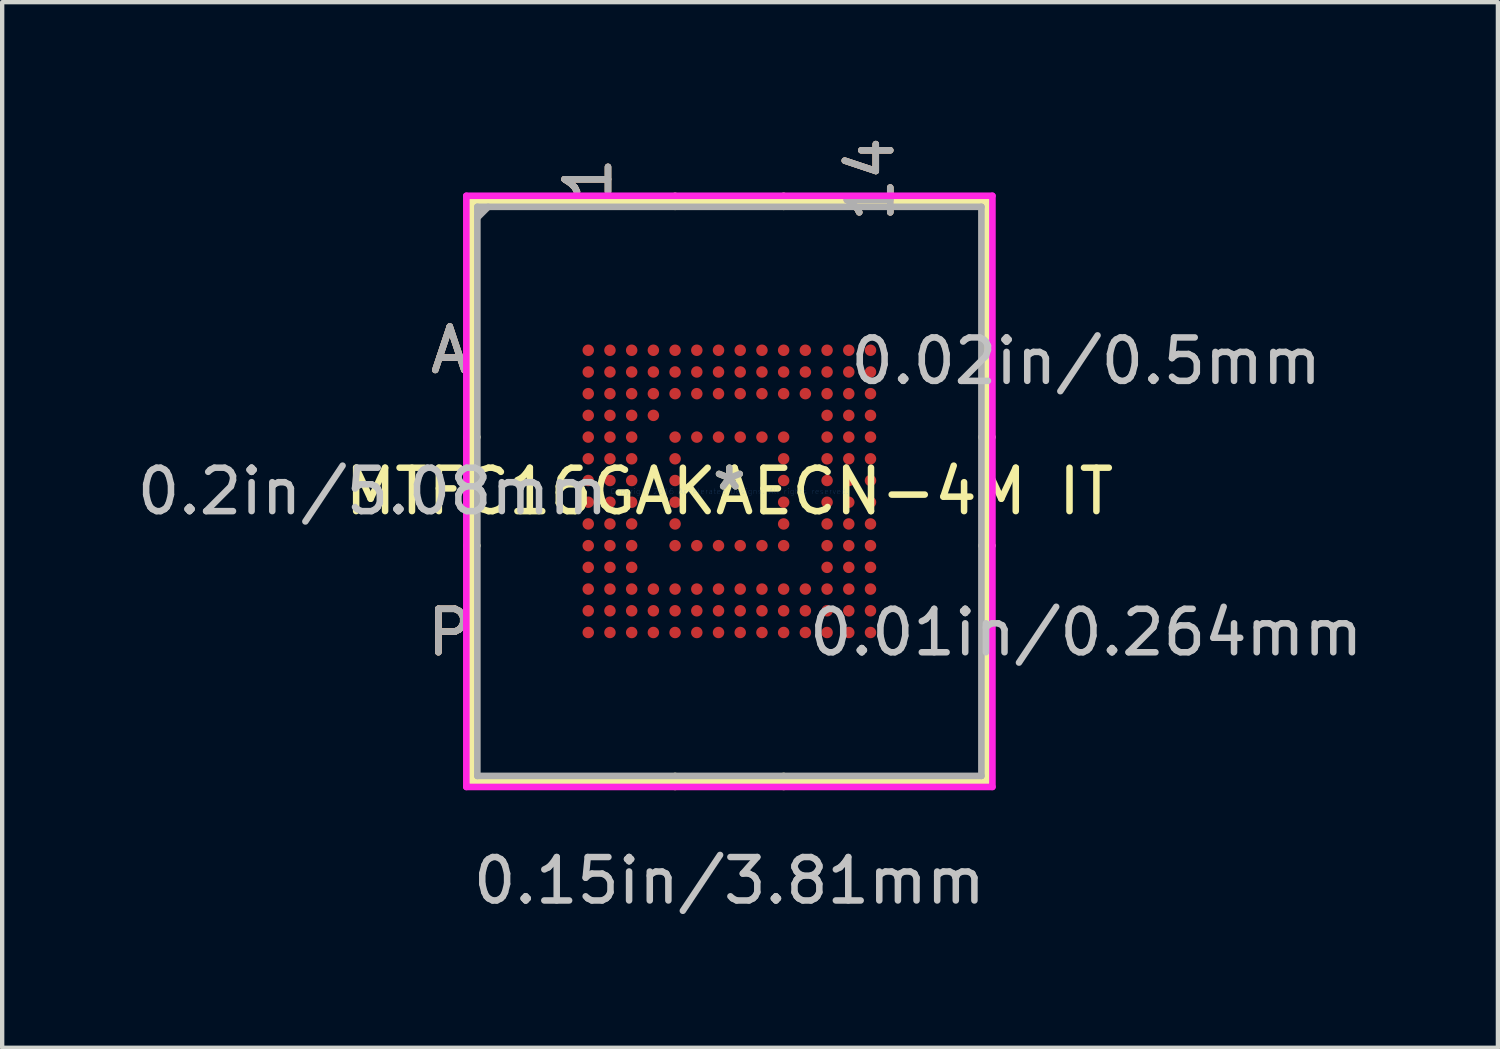
<source format=kicad_pcb>
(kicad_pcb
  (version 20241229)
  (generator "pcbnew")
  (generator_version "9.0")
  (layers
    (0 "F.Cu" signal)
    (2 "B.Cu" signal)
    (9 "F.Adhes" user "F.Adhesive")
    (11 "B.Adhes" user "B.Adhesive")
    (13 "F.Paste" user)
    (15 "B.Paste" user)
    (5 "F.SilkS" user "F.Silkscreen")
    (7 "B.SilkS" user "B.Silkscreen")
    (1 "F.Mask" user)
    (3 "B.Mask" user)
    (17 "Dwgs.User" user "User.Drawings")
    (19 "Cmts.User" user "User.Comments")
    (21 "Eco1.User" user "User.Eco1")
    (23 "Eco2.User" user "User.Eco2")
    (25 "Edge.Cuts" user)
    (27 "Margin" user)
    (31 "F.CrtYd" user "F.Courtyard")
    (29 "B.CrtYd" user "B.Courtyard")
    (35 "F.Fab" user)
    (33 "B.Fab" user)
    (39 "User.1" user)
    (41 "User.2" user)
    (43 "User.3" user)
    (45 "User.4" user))
  (footprint "MTFC16GAKAECN-4M IT"
    (layer "F.Cu")
    (at 13.747 8.266)
    (property "Reference" "MTFC16GAKAECN-4M IT" (at 0 0 0) (layer "F.SilkS") (effects (font (size 1 1) (thickness 0.15))))
    (attr through_hole)
    (fp_line (start -5.931 -6.68) (end -5.931 6.68) (stroke (width 0.152) (type solid)) (layer "F.SilkS"))
    (fp_line (start -5.931 6.68) (end 5.931 6.68) (stroke (width 0.152) (type solid)) (layer "F.SilkS"))
    (fp_line (start -5.804 -1.25) (end -6.058 -1.25) (stroke (width 0.152) (type solid)) (layer "F.SilkS"))
    (fp_line (start -5.804 1.25) (end -6.058 1.25) (stroke (width 0.152) (type solid)) (layer "F.SilkS"))
    (fp_line (start -1.25 -6.553) (end -1.25 -6.807) (stroke (width 0.152) (type solid)) (layer "F.SilkS"))
    (fp_line (start -1.25 6.553) (end -1.25 6.807) (stroke (width 0.152) (type solid)) (layer "F.SilkS"))
    (fp_line (start 1.25 -6.553) (end 1.25 -6.807) (stroke (width 0.152) (type solid)) (layer "F.SilkS"))
    (fp_line (start 1.25 6.553) (end 1.25 6.807) (stroke (width 0.152) (type solid)) (layer "F.SilkS"))
    (fp_line (start 5.804 -1.25) (end 6.058 -1.25) (stroke (width 0.152) (type solid)) (layer "F.SilkS"))
    (fp_line (start 5.804 1.25) (end 6.058 1.25) (stroke (width 0.152) (type solid)) (layer "F.SilkS"))
    (fp_line (start 5.931 -6.68) (end -5.931 -6.68) (stroke (width 0.152) (type solid)) (layer "F.SilkS"))
    (fp_line (start 5.931 6.68) (end 5.931 -6.68) (stroke (width 0.152) (type solid)) (layer "F.SilkS"))
    (fp_line (start -6.058 -6.807) (end 6.058 -6.807) (stroke (width 0.152) (type solid)) (layer "F.CrtYd"))
    (fp_line (start -6.058 6.807) (end -6.058 -6.807) (stroke (width 0.152) (type solid)) (layer "F.CrtYd"))
    (fp_line (start 6.058 -6.807) (end 6.058 6.807) (stroke (width 0.152) (type solid)) (layer "F.CrtYd"))
    (fp_line (start 6.058 6.807) (end -6.058 6.807) (stroke (width 0.152) (type solid)) (layer "F.CrtYd"))
    (fp_line (start -5.804 -6.553) (end -5.804 6.553) (stroke (width 0.152) (type solid)) (layer "F.Fab"))
    (fp_line (start -5.804 6.553) (end 5.804 6.553) (stroke (width 0.152) (type solid)) (layer "F.Fab"))
    (fp_line (start -5.554 -6.553) (end -5.804 -6.303) (stroke (width 0.152) (type solid)) (layer "F.Fab"))
    (fp_line (start 5.804 -6.553) (end -5.804 -6.553) (stroke (width 0.152) (type solid)) (layer "F.Fab"))
    (fp_line (start 5.804 6.553) (end 5.804 -6.553) (stroke (width 0.152) (type solid)) (layer "F.Fab"))
    (fp_text user "A" (at -6.439 -3.25 0) (layer "F.SilkS") (effects (font (size 1 1) (thickness 0.15))))
    (fp_text user "*" (at 0 0 0) (layer "F.SilkS") (effects (font (size 1 1) (thickness 0.15))))
    (fp_text user "14" (at 3.25 -7.188 90) (layer "F.SilkS") (effects (font (size 1 1) (thickness 0.15))))
    (fp_text user "1" (at -3.25 -7.188 90) (layer "F.SilkS") (effects (font (size 1 1) (thickness 0.15))))
    (fp_text user "P" (at -6.439 3.25 0) (layer "F.SilkS") (effects (font (size 1 1) (thickness 0.15))))
    (fp_text user "1" (at -3.25 -7.188 90) (layer "B.SilkS") (effects (font (size 1 1) (thickness 0.15))))
    (fp_text user "P" (at -6.439 3.25 0) (layer "B.SilkS") (effects (font (size 1 1) (thickness 0.15))))
    (fp_text user "A" (at -6.439 -3.25 0) (layer "B.SilkS") (effects (font (size 1 1) (thickness 0.15))))
    (fp_text user "14" (at 3.25 -7.188 90) (layer "B.SilkS") (effects (font (size 1 1) (thickness 0.15))))
    (fp_text user "0.02in/0.5mm" (at 8.217 -3 0) (layer "Dwgs.User") (effects (font (size 1 1) (thickness 0.15))))
    (fp_text user "0.2in/5.08mm" (at -8.217 0 0) (layer "Dwgs.User") (effects (font (size 1 1) (thickness 0.15))))
    (fp_text user "0.01in/0.264mm" (at 8.217 3.25 0) (layer "Dwgs.User") (effects (font (size 1 1) (thickness 0.15))))
    (fp_text user "0.15in/3.81mm" (at 0 8.966 0) (layer "Dwgs.User") (effects (font (size 1 1) (thickness 0.15))))
    (fp_text user "Copyright 2016 Accelerated Designs. All rights reserved." (at 0 0 0) (layer "Cmts.User") (effects (font (size 0.127 0.127) (thickness 0.002))))
    (fp_text user "14" (at 3.25 -7.188 90) (layer "F.Fab") (effects (font (size 1 1) (thickness 0.15))))
    (fp_text user "A" (at -6.439 -3.25 0) (layer "F.Fab") (effects (font (size 1 1) (thickness 0.15))))
    (fp_text user "1" (at -3.25 -7.188 90) (layer "F.Fab") (effects (font (size 1 1) (thickness 0.15))))
    (fp_text user "*" (at 0 0 0) (layer "F.Fab") (effects (font (size 1 1) (thickness 0.15))))
    (fp_text user "P" (at -6.439 3.25 0) (layer "F.Fab") (effects (font (size 1 1) (thickness 0.15))))
    (pad "A1" smd circle (at -3.25 -3.25) (size 0.264 0.264) (layers "F.Cu" "F.Mask" "F.Paste"))
    (pad "A2" smd circle (at -2.75 -3.25) (size 0.264 0.264) (layers "F.Cu" "F.Mask" "F.Paste"))
    (pad "A3" smd circle (at -2.25 -3.25) (size 0.264 0.264) (layers "F.Cu" "F.Mask" "F.Paste"))
    (pad "A4" smd circle (at -1.75 -3.25) (size 0.264 0.264) (layers "F.Cu" "F.Mask" "F.Paste"))
    (pad "A5" smd circle (at -1.25 -3.25) (size 0.264 0.264) (layers "F.Cu" "F.Mask" "F.Paste"))
    (pad "A6" smd circle (at -0.75 -3.25) (size 0.264 0.264) (layers "F.Cu" "F.Mask" "F.Paste"))
    (pad "A7" smd circle (at -0.25 -3.25) (size 0.264 0.264) (layers "F.Cu" "F.Mask" "F.Paste"))
    (pad "A8" smd circle (at 0.25 -3.25) (size 0.264 0.264) (layers "F.Cu" "F.Mask" "F.Paste"))
    (pad "A9" smd circle (at 0.75 -3.25) (size 0.264 0.264) (layers "F.Cu" "F.Mask" "F.Paste"))
    (pad "A10" smd circle (at 1.25 -3.25) (size 0.264 0.264) (layers "F.Cu" "F.Mask" "F.Paste"))
    (pad "A11" smd circle (at 1.75 -3.25) (size 0.264 0.264) (layers "F.Cu" "F.Mask" "F.Paste"))
    (pad "A12" smd circle (at 2.25 -3.25) (size 0.264 0.264) (layers "F.Cu" "F.Mask" "F.Paste"))
    (pad "A13" smd circle (at 2.75 -3.25) (size 0.264 0.264) (layers "F.Cu" "F.Mask" "F.Paste"))
    (pad "A14" smd circle (at 3.25 -3.25) (size 0.264 0.264) (layers "F.Cu" "F.Mask" "F.Paste"))
    (pad "B1" smd circle (at -3.25 -2.75) (size 0.264 0.264) (layers "F.Cu" "F.Mask" "F.Paste"))
    (pad "B2" smd circle (at -2.75 -2.75) (size 0.264 0.264) (layers "F.Cu" "F.Mask" "F.Paste"))
    (pad "B3" smd circle (at -2.25 -2.75) (size 0.264 0.264) (layers "F.Cu" "F.Mask" "F.Paste"))
    (pad "B4" smd circle (at -1.75 -2.75) (size 0.264 0.264) (layers "F.Cu" "F.Mask" "F.Paste"))
    (pad "B5" smd circle (at -1.25 -2.75) (size 0.264 0.264) (layers "F.Cu" "F.Mask" "F.Paste"))
    (pad "B6" smd circle (at -0.75 -2.75) (size 0.264 0.264) (layers "F.Cu" "F.Mask" "F.Paste"))
    (pad "B7" smd circle (at -0.25 -2.75) (size 0.264 0.264) (layers "F.Cu" "F.Mask" "F.Paste"))
    (pad "B8" smd circle (at 0.25 -2.75) (size 0.264 0.264) (layers "F.Cu" "F.Mask" "F.Paste"))
    (pad "B9" smd circle (at 0.75 -2.75) (size 0.264 0.264) (layers "F.Cu" "F.Mask" "F.Paste"))
    (pad "B10" smd circle (at 1.25 -2.75) (size 0.264 0.264) (layers "F.Cu" "F.Mask" "F.Paste"))
    (pad "B11" smd circle (at 1.75 -2.75) (size 0.264 0.264) (layers "F.Cu" "F.Mask" "F.Paste"))
    (pad "B12" smd circle (at 2.25 -2.75) (size 0.264 0.264) (layers "F.Cu" "F.Mask" "F.Paste"))
    (pad "B13" smd circle (at 2.75 -2.75) (size 0.264 0.264) (layers "F.Cu" "F.Mask" "F.Paste"))
    (pad "B14" smd circle (at 3.25 -2.75) (size 0.264 0.264) (layers "F.Cu" "F.Mask" "F.Paste"))
    (pad "C1" smd circle (at -3.25 -2.25) (size 0.264 0.264) (layers "F.Cu" "F.Mask" "F.Paste"))
    (pad "C2" smd circle (at -2.75 -2.25) (size 0.264 0.264) (layers "F.Cu" "F.Mask" "F.Paste"))
    (pad "C3" smd circle (at -2.25 -2.25) (size 0.264 0.264) (layers "F.Cu" "F.Mask" "F.Paste"))
    (pad "C4" smd circle (at -1.75 -2.25) (size 0.264 0.264) (layers "F.Cu" "F.Mask" "F.Paste"))
    (pad "C5" smd circle (at -1.25 -2.25) (size 0.264 0.264) (layers "F.Cu" "F.Mask" "F.Paste"))
    (pad "C6" smd circle (at -0.75 -2.25) (size 0.264 0.264) (layers "F.Cu" "F.Mask" "F.Paste"))
    (pad "C7" smd circle (at -0.25 -2.25) (size 0.264 0.264) (layers "F.Cu" "F.Mask" "F.Paste"))
    (pad "C8" smd circle (at 0.25 -2.25) (size 0.264 0.264) (layers "F.Cu" "F.Mask" "F.Paste"))
    (pad "C9" smd circle (at 0.75 -2.25) (size 0.264 0.264) (layers "F.Cu" "F.Mask" "F.Paste"))
    (pad "C10" smd circle (at 1.25 -2.25) (size 0.264 0.264) (layers "F.Cu" "F.Mask" "F.Paste"))
    (pad "C11" smd circle (at 1.75 -2.25) (size 0.264 0.264) (layers "F.Cu" "F.Mask" "F.Paste"))
    (pad "C12" smd circle (at 2.25 -2.25) (size 0.264 0.264) (layers "F.Cu" "F.Mask" "F.Paste"))
    (pad "C13" smd circle (at 2.75 -2.25) (size 0.264 0.264) (layers "F.Cu" "F.Mask" "F.Paste"))
    (pad "C14" smd circle (at 3.25 -2.25) (size 0.264 0.264) (layers "F.Cu" "F.Mask" "F.Paste"))
    (pad "D1" smd circle (at -3.25 -1.75) (size 0.264 0.264) (layers "F.Cu" "F.Mask" "F.Paste"))
    (pad "D2" smd circle (at -2.75 -1.75) (size 0.264 0.264) (layers "F.Cu" "F.Mask" "F.Paste"))
    (pad "D3" smd circle (at -2.25 -1.75) (size 0.264 0.264) (layers "F.Cu" "F.Mask" "F.Paste"))
    (pad "D4" smd circle (at -1.75 -1.75) (size 0.264 0.264) (layers "F.Cu" "F.Mask" "F.Paste"))
    (pad "D12" smd circle (at 2.25 -1.75) (size 0.264 0.264) (layers "F.Cu" "F.Mask" "F.Paste"))
    (pad "D13" smd circle (at 2.75 -1.75) (size 0.264 0.264) (layers "F.Cu" "F.Mask" "F.Paste"))
    (pad "D14" smd circle (at 3.25 -1.75) (size 0.264 0.264) (layers "F.Cu" "F.Mask" "F.Paste"))
    (pad "E1" smd circle (at -3.25 -1.25) (size 0.264 0.264) (layers "F.Cu" "F.Mask" "F.Paste"))
    (pad "E2" smd circle (at -2.75 -1.25) (size 0.264 0.264) (layers "F.Cu" "F.Mask" "F.Paste"))
    (pad "E3" smd circle (at -2.25 -1.25) (size 0.264 0.264) (layers "F.Cu" "F.Mask" "F.Paste"))
    (pad "E5" smd circle (at -1.25 -1.25) (size 0.264 0.264) (layers "F.Cu" "F.Mask" "F.Paste"))
    (pad "E6" smd circle (at -0.75 -1.25) (size 0.264 0.264) (layers "F.Cu" "F.Mask" "F.Paste"))
    (pad "E7" smd circle (at -0.25 -1.25) (size 0.264 0.264) (layers "F.Cu" "F.Mask" "F.Paste"))
    (pad "E8" smd circle (at 0.25 -1.25) (size 0.264 0.264) (layers "F.Cu" "F.Mask" "F.Paste"))
    (pad "E9" smd circle (at 0.75 -1.25) (size 0.264 0.264) (layers "F.Cu" "F.Mask" "F.Paste"))
    (pad "E10" smd circle (at 1.25 -1.25) (size 0.264 0.264) (layers "F.Cu" "F.Mask" "F.Paste"))
    (pad "E12" smd circle (at 2.25 -1.25) (size 0.264 0.264) (layers "F.Cu" "F.Mask" "F.Paste"))
    (pad "E13" smd circle (at 2.75 -1.25) (size 0.264 0.264) (layers "F.Cu" "F.Mask" "F.Paste"))
    (pad "E14" smd circle (at 3.25 -1.25) (size 0.264 0.264) (layers "F.Cu" "F.Mask" "F.Paste"))
    (pad "F1" smd circle (at -3.25 -0.75) (size 0.264 0.264) (layers "F.Cu" "F.Mask" "F.Paste"))
    (pad "F2" smd circle (at -2.75 -0.75) (size 0.264 0.264) (layers "F.Cu" "F.Mask" "F.Paste"))
    (pad "F3" smd circle (at -2.25 -0.75) (size 0.264 0.264) (layers "F.Cu" "F.Mask" "F.Paste"))
    (pad "F5" smd circle (at -1.25 -0.75) (size 0.264 0.264) (layers "F.Cu" "F.Mask" "F.Paste"))
    (pad "F10" smd circle (at 1.25 -0.75) (size 0.264 0.264) (layers "F.Cu" "F.Mask" "F.Paste"))
    (pad "F12" smd circle (at 2.25 -0.75) (size 0.264 0.264) (layers "F.Cu" "F.Mask" "F.Paste"))
    (pad "F13" smd circle (at 2.75 -0.75) (size 0.264 0.264) (layers "F.Cu" "F.Mask" "F.Paste"))
    (pad "F14" smd circle (at 3.25 -0.75) (size 0.264 0.264) (layers "F.Cu" "F.Mask" "F.Paste"))
    (pad "G1" smd circle (at -3.25 -0.25) (size 0.264 0.264) (layers "F.Cu" "F.Mask" "F.Paste"))
    (pad "G2" smd circle (at -2.75 -0.25) (size 0.264 0.264) (layers "F.Cu" "F.Mask" "F.Paste"))
    (pad "G3" smd circle (at -2.25 -0.25) (size 0.264 0.264) (layers "F.Cu" "F.Mask" "F.Paste"))
    (pad "G5" smd circle (at -1.25 -0.25) (size 0.264 0.264) (layers "F.Cu" "F.Mask" "F.Paste"))
    (pad "G10" smd circle (at 1.25 -0.25) (size 0.264 0.264) (layers "F.Cu" "F.Mask" "F.Paste"))
    (pad "G12" smd circle (at 2.25 -0.25) (size 0.264 0.264) (layers "F.Cu" "F.Mask" "F.Paste"))
    (pad "G13" smd circle (at 2.75 -0.25) (size 0.264 0.264) (layers "F.Cu" "F.Mask" "F.Paste"))
    (pad "G14" smd circle (at 3.25 -0.25) (size 0.264 0.264) (layers "F.Cu" "F.Mask" "F.Paste"))
    (pad "H1" smd circle (at -3.25 0.25) (size 0.264 0.264) (layers "F.Cu" "F.Mask" "F.Paste"))
    (pad "H2" smd circle (at -2.75 0.25) (size 0.264 0.264) (layers "F.Cu" "F.Mask" "F.Paste"))
    (pad "H3" smd circle (at -2.25 0.25) (size 0.264 0.264) (layers "F.Cu" "F.Mask" "F.Paste"))
    (pad "H5" smd circle (at -1.25 0.25) (size 0.264 0.264) (layers "F.Cu" "F.Mask" "F.Paste"))
    (pad "H10" smd circle (at 1.25 0.25) (size 0.264 0.264) (layers "F.Cu" "F.Mask" "F.Paste"))
    (pad "H12" smd circle (at 2.25 0.25) (size 0.264 0.264) (layers "F.Cu" "F.Mask" "F.Paste"))
    (pad "H13" smd circle (at 2.75 0.25) (size 0.264 0.264) (layers "F.Cu" "F.Mask" "F.Paste"))
    (pad "H14" smd circle (at 3.25 0.25) (size 0.264 0.264) (layers "F.Cu" "F.Mask" "F.Paste"))
    (pad "J1" smd circle (at -3.25 0.75) (size 0.264 0.264) (layers "F.Cu" "F.Mask" "F.Paste"))
    (pad "J2" smd circle (at -2.75 0.75) (size 0.264 0.264) (layers "F.Cu" "F.Mask" "F.Paste"))
    (pad "J3" smd circle (at -2.25 0.75) (size 0.264 0.264) (layers "F.Cu" "F.Mask" "F.Paste"))
    (pad "J5" smd circle (at -1.25 0.75) (size 0.264 0.264) (layers "F.Cu" "F.Mask" "F.Paste"))
    (pad "J10" smd circle (at 1.25 0.75) (size 0.264 0.264) (layers "F.Cu" "F.Mask" "F.Paste"))
    (pad "J12" smd circle (at 2.25 0.75) (size 0.264 0.264) (layers "F.Cu" "F.Mask" "F.Paste"))
    (pad "J13" smd circle (at 2.75 0.75) (size 0.264 0.264) (layers "F.Cu" "F.Mask" "F.Paste"))
    (pad "J14" smd circle (at 3.25 0.75) (size 0.264 0.264) (layers "F.Cu" "F.Mask" "F.Paste"))
    (pad "K1" smd circle (at -3.25 1.25) (size 0.264 0.264) (layers "F.Cu" "F.Mask" "F.Paste"))
    (pad "K2" smd circle (at -2.75 1.25) (size 0.264 0.264) (layers "F.Cu" "F.Mask" "F.Paste"))
    (pad "K3" smd circle (at -2.25 1.25) (size 0.264 0.264) (layers "F.Cu" "F.Mask" "F.Paste"))
    (pad "K5" smd circle (at -1.25 1.25) (size 0.264 0.264) (layers "F.Cu" "F.Mask" "F.Paste"))
    (pad "K6" smd circle (at -0.75 1.25) (size 0.264 0.264) (layers "F.Cu" "F.Mask" "F.Paste"))
    (pad "K7" smd circle (at -0.25 1.25) (size 0.264 0.264) (layers "F.Cu" "F.Mask" "F.Paste"))
    (pad "K8" smd circle (at 0.25 1.25) (size 0.264 0.264) (layers "F.Cu" "F.Mask" "F.Paste"))
    (pad "K9" smd circle (at 0.75 1.25) (size 0.264 0.264) (layers "F.Cu" "F.Mask" "F.Paste"))
    (pad "K10" smd circle (at 1.25 1.25) (size 0.264 0.264) (layers "F.Cu" "F.Mask" "F.Paste"))
    (pad "K12" smd circle (at 2.25 1.25) (size 0.264 0.264) (layers "F.Cu" "F.Mask" "F.Paste"))
    (pad "K13" smd circle (at 2.75 1.25) (size 0.264 0.264) (layers "F.Cu" "F.Mask" "F.Paste"))
    (pad "K14" smd circle (at 3.25 1.25) (size 0.264 0.264) (layers "F.Cu" "F.Mask" "F.Paste"))
    (pad "L1" smd circle (at -3.25 1.75) (size 0.264 0.264) (layers "F.Cu" "F.Mask" "F.Paste"))
    (pad "L2" smd circle (at -2.75 1.75) (size 0.264 0.264) (layers "F.Cu" "F.Mask" "F.Paste"))
    (pad "L3" smd circle (at -2.25 1.75) (size 0.264 0.264) (layers "F.Cu" "F.Mask" "F.Paste"))
    (pad "L12" smd circle (at 2.25 1.75) (size 0.264 0.264) (layers "F.Cu" "F.Mask" "F.Paste"))
    (pad "L13" smd circle (at 2.75 1.75) (size 0.264 0.264) (layers "F.Cu" "F.Mask" "F.Paste"))
    (pad "L14" smd circle (at 3.25 1.75) (size 0.264 0.264) (layers "F.Cu" "F.Mask" "F.Paste"))
    (pad "M1" smd circle (at -3.25 2.25) (size 0.264 0.264) (layers "F.Cu" "F.Mask" "F.Paste"))
    (pad "M2" smd circle (at -2.75 2.25) (size 0.264 0.264) (layers "F.Cu" "F.Mask" "F.Paste"))
    (pad "M3" smd circle (at -2.25 2.25) (size 0.264 0.264) (layers "F.Cu" "F.Mask" "F.Paste"))
    (pad "M4" smd circle (at -1.75 2.25) (size 0.264 0.264) (layers "F.Cu" "F.Mask" "F.Paste"))
    (pad "M5" smd circle (at -1.25 2.25) (size 0.264 0.264) (layers "F.Cu" "F.Mask" "F.Paste"))
    (pad "M6" smd circle (at -0.75 2.25) (size 0.264 0.264) (layers "F.Cu" "F.Mask" "F.Paste"))
    (pad "M7" smd circle (at -0.25 2.25) (size 0.264 0.264) (layers "F.Cu" "F.Mask" "F.Paste"))
    (pad "M8" smd circle (at 0.25 2.25) (size 0.264 0.264) (layers "F.Cu" "F.Mask" "F.Paste"))
    (pad "M9" smd circle (at 0.75 2.25) (size 0.264 0.264) (layers "F.Cu" "F.Mask" "F.Paste"))
    (pad "M10" smd circle (at 1.25 2.25) (size 0.264 0.264) (layers "F.Cu" "F.Mask" "F.Paste"))
    (pad "M11" smd circle (at 1.75 2.25) (size 0.264 0.264) (layers "F.Cu" "F.Mask" "F.Paste"))
    (pad "M12" smd circle (at 2.25 2.25) (size 0.264 0.264) (layers "F.Cu" "F.Mask" "F.Paste"))
    (pad "M13" smd circle (at 2.75 2.25) (size 0.264 0.264) (layers "F.Cu" "F.Mask" "F.Paste"))
    (pad "M14" smd circle (at 3.25 2.25) (size 0.264 0.264) (layers "F.Cu" "F.Mask" "F.Paste"))
    (pad "N1" smd circle (at -3.25 2.75) (size 0.264 0.264) (layers "F.Cu" "F.Mask" "F.Paste"))
    (pad "N2" smd circle (at -2.75 2.75) (size 0.264 0.264) (layers "F.Cu" "F.Mask" "F.Paste"))
    (pad "N3" smd circle (at -2.25 2.75) (size 0.264 0.264) (layers "F.Cu" "F.Mask" "F.Paste"))
    (pad "N4" smd circle (at -1.75 2.75) (size 0.264 0.264) (layers "F.Cu" "F.Mask" "F.Paste"))
    (pad "N5" smd circle (at -1.25 2.75) (size 0.264 0.264) (layers "F.Cu" "F.Mask" "F.Paste"))
    (pad "N6" smd circle (at -0.75 2.75) (size 0.264 0.264) (layers "F.Cu" "F.Mask" "F.Paste"))
    (pad "N7" smd circle (at -0.25 2.75) (size 0.264 0.264) (layers "F.Cu" "F.Mask" "F.Paste"))
    (pad "N8" smd circle (at 0.25 2.75) (size 0.264 0.264) (layers "F.Cu" "F.Mask" "F.Paste"))
    (pad "N9" smd circle (at 0.75 2.75) (size 0.264 0.264) (layers "F.Cu" "F.Mask" "F.Paste"))
    (pad "N10" smd circle (at 1.25 2.75) (size 0.264 0.264) (layers "F.Cu" "F.Mask" "F.Paste"))
    (pad "N11" smd circle (at 1.75 2.75) (size 0.264 0.264) (layers "F.Cu" "F.Mask" "F.Paste"))
    (pad "N12" smd circle (at 2.25 2.75) (size 0.264 0.264) (layers "F.Cu" "F.Mask" "F.Paste"))
    (pad "N13" smd circle (at 2.75 2.75) (size 0.264 0.264) (layers "F.Cu" "F.Mask" "F.Paste"))
    (pad "N14" smd circle (at 3.25 2.75) (size 0.264 0.264) (layers "F.Cu" "F.Mask" "F.Paste"))
    (pad "P1" smd circle (at -3.25 3.25) (size 0.264 0.264) (layers "F.Cu" "F.Mask" "F.Paste"))
    (pad "P2" smd circle (at -2.75 3.25) (size 0.264 0.264) (layers "F.Cu" "F.Mask" "F.Paste"))
    (pad "P3" smd circle (at -2.25 3.25) (size 0.264 0.264) (layers "F.Cu" "F.Mask" "F.Paste"))
    (pad "P4" smd circle (at -1.75 3.25) (size 0.264 0.264) (layers "F.Cu" "F.Mask" "F.Paste"))
    (pad "P5" smd circle (at -1.25 3.25) (size 0.264 0.264) (layers "F.Cu" "F.Mask" "F.Paste"))
    (pad "P6" smd circle (at -0.75 3.25) (size 0.264 0.264) (layers "F.Cu" "F.Mask" "F.Paste"))
    (pad "P7" smd circle (at -0.25 3.25) (size 0.264 0.264) (layers "F.Cu" "F.Mask" "F.Paste"))
    (pad "P8" smd circle (at 0.25 3.25) (size 0.264 0.264) (layers "F.Cu" "F.Mask" "F.Paste"))
    (pad "P9" smd circle (at 0.75 3.25) (size 0.264 0.264) (layers "F.Cu" "F.Mask" "F.Paste"))
    (pad "P10" smd circle (at 1.25 3.25) (size 0.264 0.264) (layers "F.Cu" "F.Mask" "F.Paste"))
    (pad "P11" smd circle (at 1.75 3.25) (size 0.264 0.264) (layers "F.Cu" "F.Mask" "F.Paste"))
    (pad "P12" smd circle (at 2.25 3.25) (size 0.264 0.264) (layers "F.Cu" "F.Mask" "F.Paste"))
    (pad "P13" smd circle (at 2.75 3.25) (size 0.264 0.264) (layers "F.Cu" "F.Mask" "F.Paste"))
    (pad "P14" smd circle (at 3.25 3.25) (size 0.264 0.264) (layers "F.Cu" "F.Mask" "F.Paste")))
  (gr_rect
    (start -3 -3)
    (end 31.446 21.08)
    (stroke (width 0.1) (type default))
    (fill no)
    (layer "Edge.Cuts")))
</source>
